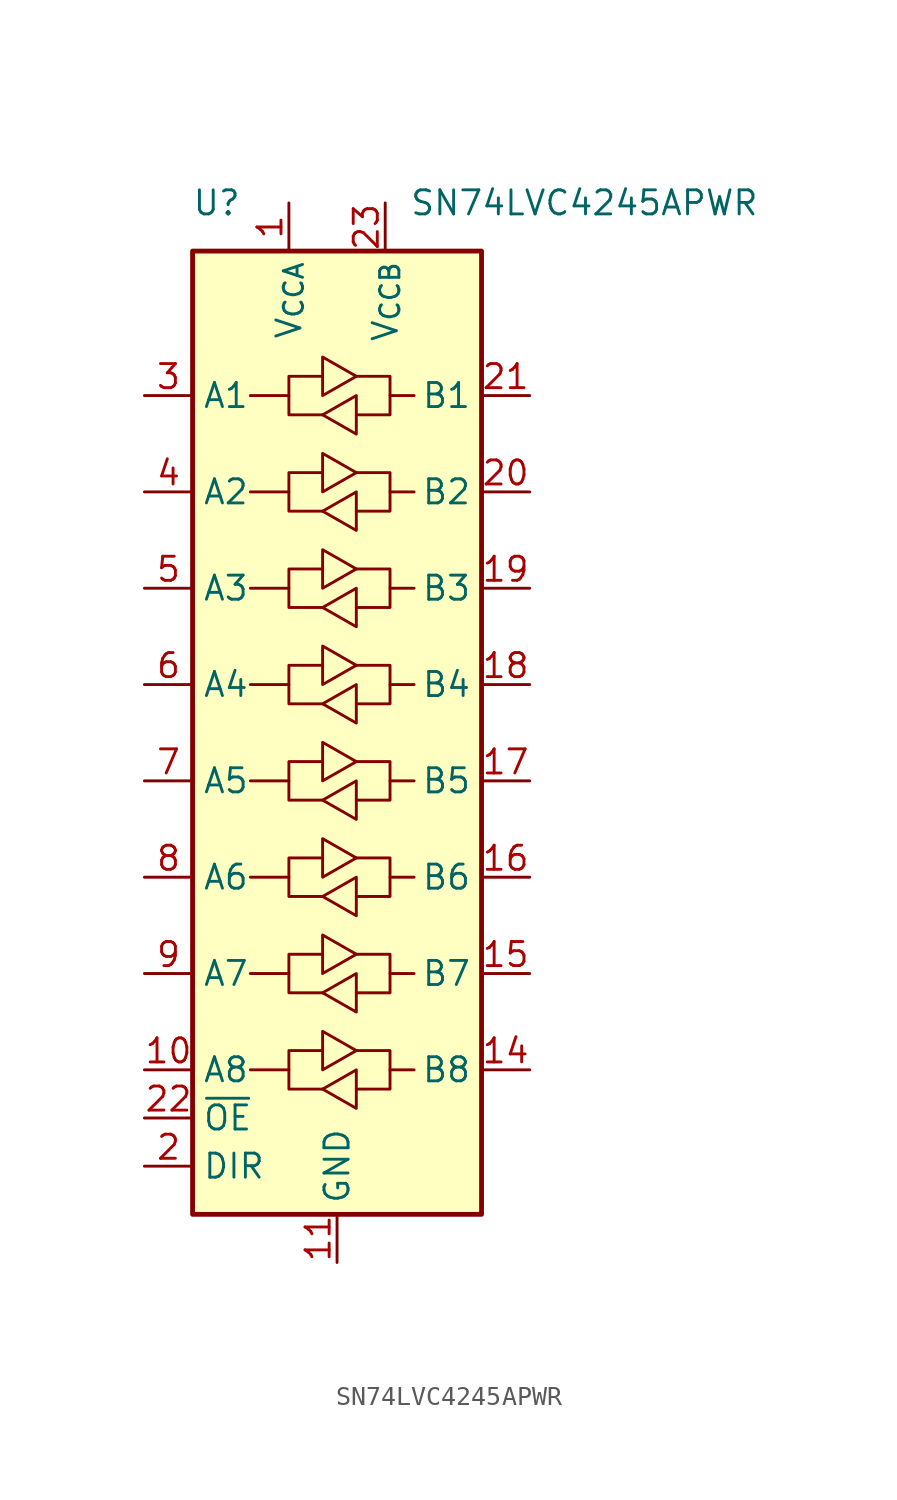
<source format=kicad_sym>
(kicad_symbol_lib
  (version 20241209)
  (generator "kicad_symbol_editor")
  (generator_version "9.0")
  (symbol "SN74LVC4245APWR"
    (property "Reference" "U"
      (at -6.35 27.94 0)
      (effects (font (size 1.27 1.27))))
    (property "Value" "SN74LVC4245APWR"
      (at 3.81 27.94 0)
      (effects (font (size 1.27 1.27)) (justify left)))
    (symbol "SN74LVC4245APWR_0_1"
      (rectangle (start -7.62 25.4) (end 7.62 -25.4) (stroke (width 0.254) (type default)) (fill (type background)))
      (polyline (pts (xy -2.54 17.78) (xy -2.54 18.796) (xy -0.762 18.796)) (stroke (width 0) (type default)) (fill (type none)))
      (polyline (pts (xy -2.54 7.62) (xy -2.54 8.636) (xy -0.762 8.636)) (stroke (width 0) (type default)) (fill (type none)))
      (polyline (pts (xy -2.54 -2.54) (xy -2.54 -1.524) (xy -0.762 -1.524)) (stroke (width 0) (type default)) (fill (type none)))
      (polyline (pts (xy -2.54 -12.7) (xy -2.54 -11.684) (xy -0.762 -11.684)) (stroke (width 0) (type default)) (fill (type none)))
      (polyline (pts (xy -0.762 17.78) (xy -0.762 19.812) (xy 1.016 18.796) (xy -0.762 17.78)) (stroke (width 0) (type default)) (fill (type none)))
      (polyline (pts (xy -0.762 16.764) (xy -2.54 16.764) (xy -2.54 17.78) (xy -4.572 17.78)) (stroke (width 0) (type default)) (fill (type none)))
      (polyline (pts (xy -0.762 7.62) (xy -0.762 9.652) (xy 1.016 8.636) (xy -0.762 7.62)) (stroke (width 0) (type default)) (fill (type none)))
      (polyline (pts (xy -0.762 6.604) (xy -2.54 6.604) (xy -2.54 7.62) (xy -4.572 7.62)) (stroke (width 0) (type default)) (fill (type none)))
      (polyline (pts (xy -0.762 -2.54) (xy -0.762 -0.508) (xy 1.016 -1.524) (xy -0.762 -2.54)) (stroke (width 0) (type default)) (fill (type none)))
      (polyline (pts (xy -0.762 -3.556) (xy -2.54 -3.556) (xy -2.54 -2.54) (xy -4.572 -2.54)) (stroke (width 0) (type default)) (fill (type none)))
      (polyline (pts (xy -0.762 -12.7) (xy -0.762 -10.668) (xy 1.016 -11.684) (xy -0.762 -12.7)) (stroke (width 0) (type default)) (fill (type none)))
      (polyline (pts (xy -0.762 -13.716) (xy -2.54 -13.716) (xy -2.54 -12.7) (xy -4.572 -12.7)) (stroke (width 0) (type default)) (fill (type none)))
      (polyline (pts (xy 1.016 18.796) (xy 2.794 18.796) (xy 2.794 17.78) (xy 4.064 17.78)) (stroke (width 0) (type default)) (fill (type none)))
      (polyline (pts (xy 1.016 17.78) (xy 1.016 16.002) (xy 1.016 15.748) (xy -0.762 16.764) (xy 1.016 17.78)) (stroke (width 0) (type default)) (fill (type none)))
      (polyline (pts (xy 1.016 8.636) (xy 2.794 8.636) (xy 2.794 7.62) (xy 4.064 7.62)) (stroke (width 0) (type default)) (fill (type none)))
      (polyline (pts (xy 1.016 7.62) (xy 1.016 5.842) (xy 1.016 5.588) (xy -0.762 6.604) (xy 1.016 7.62)) (stroke (width 0) (type default)) (fill (type none)))
      (polyline (pts (xy 1.016 2.54) (xy 1.016 0.762) (xy 1.016 0.508) (xy -0.762 1.524) (xy 1.016 2.54)) (stroke (width 0) (type default)) (fill (type none)))
      (polyline (pts (xy 1.016 -1.524) (xy 2.794 -1.524) (xy 2.794 -2.54) (xy 4.064 -2.54)) (stroke (width 0) (type default)) (fill (type none)))
      (polyline (pts (xy 1.016 -2.54) (xy 1.016 -4.318) (xy 1.016 -4.572) (xy -0.762 -3.556) (xy 1.016 -2.54)) (stroke (width 0) (type default)) (fill (type none)))
      (polyline (pts (xy 1.016 -11.684) (xy 2.794 -11.684) (xy 2.794 -12.7) (xy 4.064 -12.7)) (stroke (width 0) (type default)) (fill (type none)))
      (polyline (pts (xy 1.016 -12.7) (xy 1.016 -14.478) (xy 1.016 -14.732) (xy -0.762 -13.716) (xy 1.016 -12.7)) (stroke (width 0) (type default)) (fill (type none)))
      (polyline (pts (xy 1.016 -17.78) (xy 1.016 -19.558) (xy 1.016 -19.812) (xy -0.762 -18.796) (xy 1.016 -17.78)) (stroke (width 0) (type default)) (fill (type none)))
      (polyline (pts (xy 2.794 17.78) (xy 2.794 16.764) (xy 1.016 16.764)) (stroke (width 0) (type default)) (fill (type none)))
      (polyline (pts (xy 2.794 7.62) (xy 2.794 6.604) (xy 1.016 6.604)) (stroke (width 0) (type default)) (fill (type none)))
      (polyline (pts (xy 2.794 -2.54) (xy 2.794 -3.556) (xy 1.016 -3.556)) (stroke (width 0) (type default)) (fill (type none)))
      (polyline (pts (xy 2.794 -12.7) (xy 2.794 -13.716) (xy 1.016 -13.716)) (stroke (width 0) (type default)) (fill (type none))))
    (symbol "SN74LVC4245APWR_1_1"
      (polyline (pts (xy -2.54 12.7) (xy -2.54 13.716) (xy -0.762 13.716)) (stroke (width 0) (type default)) (fill (type none)))
      (polyline (pts (xy -2.54 2.54) (xy -2.54 3.556) (xy -0.762 3.556)) (stroke (width 0) (type default)) (fill (type none)))
      (polyline (pts (xy -2.54 -7.62) (xy -2.54 -6.604) (xy -0.762 -6.604)) (stroke (width 0) (type default)) (fill (type none)))
      (polyline (pts (xy -2.54 -17.78) (xy -2.54 -16.764) (xy -0.762 -16.764)) (stroke (width 0) (type default)) (fill (type none)))
      (polyline (pts (xy -0.762 12.7) (xy -0.762 14.732) (xy 1.016 13.716) (xy -0.762 12.7)) (stroke (width 0) (type default)) (fill (type none)))
      (polyline (pts (xy -0.762 11.684) (xy -2.54 11.684) (xy -2.54 12.7) (xy -4.572 12.7)) (stroke (width 0) (type default)) (fill (type none)))
      (polyline (pts (xy -0.762 2.54) (xy -0.762 4.572) (xy 1.016 3.556) (xy -0.762 2.54)) (stroke (width 0) (type default)) (fill (type none)))
      (polyline (pts (xy -0.762 1.524) (xy -2.54 1.524) (xy -2.54 2.54) (xy -4.572 2.54)) (stroke (width 0) (type default)) (fill (type none)))
      (polyline (pts (xy -0.762 -7.62) (xy -0.762 -5.588) (xy 1.016 -6.604) (xy -0.762 -7.62)) (stroke (width 0) (type default)) (fill (type none)))
      (polyline (pts (xy -0.762 -8.636) (xy -2.54 -8.636) (xy -2.54 -7.62) (xy -4.572 -7.62)) (stroke (width 0) (type default)) (fill (type none)))
      (polyline (pts (xy -0.762 -17.78) (xy -0.762 -15.748) (xy 1.016 -16.764) (xy -0.762 -17.78)) (stroke (width 0) (type default)) (fill (type none)))
      (polyline (pts (xy -0.762 -18.796) (xy -2.54 -18.796) (xy -2.54 -17.78) (xy -4.572 -17.78)) (stroke (width 0) (type default)) (fill (type none)))
      (polyline (pts (xy 1.016 13.716) (xy 2.794 13.716) (xy 2.794 12.7) (xy 4.064 12.7)) (stroke (width 0) (type default)) (fill (type none)))
      (polyline (pts (xy 1.016 12.7) (xy 1.016 10.922) (xy 1.016 10.668) (xy -0.762 11.684) (xy 1.016 12.7)) (stroke (width 0) (type default)) (fill (type none)))
      (polyline (pts (xy 1.016 3.556) (xy 2.794 3.556) (xy 2.794 2.54) (xy 4.064 2.54)) (stroke (width 0) (type default)) (fill (type none)))
      (polyline (pts (xy 1.016 -6.604) (xy 2.794 -6.604) (xy 2.794 -7.62) (xy 4.064 -7.62)) (stroke (width 0) (type default)) (fill (type none)))
      (polyline (pts (xy 1.016 -7.62) (xy 1.016 -9.398) (xy 1.016 -9.652) (xy -0.762 -8.636) (xy 1.016 -7.62)) (stroke (width 0) (type default)) (fill (type none)))
      (polyline (pts (xy 1.016 -16.764) (xy 2.794 -16.764) (xy 2.794 -17.78) (xy 4.064 -17.78)) (stroke (width 0) (type default)) (fill (type none)))
      (polyline (pts (xy 2.794 12.7) (xy 2.794 11.684) (xy 1.016 11.684)) (stroke (width 0) (type default)) (fill (type none)))
      (polyline (pts (xy 2.794 2.54) (xy 2.794 1.524) (xy 1.016 1.524)) (stroke (width 0) (type default)) (fill (type none)))
      (polyline (pts (xy 2.794 -7.62) (xy 2.794 -8.636) (xy 1.016 -8.636)) (stroke (width 0) (type default)) (fill (type none)))
      (polyline (pts (xy 2.794 -17.78) (xy 2.794 -18.796) (xy 1.016 -18.796)) (stroke (width 0) (type default)) (fill (type none)))
      (pin bidirectional line (at -10.16 17.78 0) (length 2.54) (name "A1" (effects (font (size 1.27 1.27)))) (number "3" (effects (font (size 1.27 1.27)))))
      (pin bidirectional line (at -10.16 12.7 0) (length 2.54) (name "A2" (effects (font (size 1.27 1.27)))) (number "4" (effects (font (size 1.27 1.27)))))
      (pin bidirectional line (at -10.16 7.62 0) (length 2.54) (name "A3" (effects (font (size 1.27 1.27)))) (number "5" (effects (font (size 1.27 1.27)))))
      (pin bidirectional line (at -10.16 2.54 0) (length 2.54) (name "A4" (effects (font (size 1.27 1.27)))) (number "6" (effects (font (size 1.27 1.27)))))
      (pin bidirectional line (at -10.16 -2.54 0) (length 2.54) (name "A5" (effects (font (size 1.27 1.27)))) (number "7" (effects (font (size 1.27 1.27)))))
      (pin bidirectional line (at -10.16 -7.62 0) (length 2.54) (name "A6" (effects (font (size 1.27 1.27)))) (number "8" (effects (font (size 1.27 1.27)))))
      (pin bidirectional line (at -10.16 -12.7 0) (length 2.54) (name "A7" (effects (font (size 1.27 1.27)))) (number "9" (effects (font (size 1.27 1.27)))))
      (pin bidirectional line (at -10.16 -17.78 0) (length 2.54) (name "A8" (effects (font (size 1.27 1.27)))) (number "10" (effects (font (size 1.27 1.27)))))
      (pin input line (at -10.16 -20.32 0) (length 2.54) (name "~{OE}" (effects (font (size 1.27 1.27)))) (number "22" (effects (font (size 1.27 1.27)))))
      (pin input line (at -10.16 -22.86 0) (length 2.54) (name "DIR" (effects (font (size 1.27 1.27)))) (number "2" (effects (font (size 1.27 1.27)))))
      (pin power_in line (at -2.54 27.94 270) (length 2.54) (name "V_{CCA}" (effects (font (size 1.27 1.27)))) (number "1" (effects (font (size 1.27 1.27)))))
      (pin power_in line (at 0 -27.94 90) (length 2.54) (name "GND" (effects (font (size 1.27 1.27)))) (number "11" (effects (font (size 1.27 1.27)))))
      (pin passive line (at 0 -27.94 90) (length 2.54) (hide yes) (name "GND" (effects (font (size 1.27 1.27)))) (number "12" (effects (font (size 1.27 1.27)))))
      (pin passive line (at 0 -27.94 90) (length 2.54) (hide yes) (name "GND" (effects (font (size 1.27 1.27)))) (number "13" (effects (font (size 1.27 1.27)))))
      (pin power_in line (at 2.54 27.94 270) (length 2.54) (name "V_{CCB}" (effects (font (size 1.27 1.27)))) (number "23" (effects (font (size 1.27 1.27)))))
      (pin passive line (at 2.54 27.94 270) (length 2.54) (hide yes) (name "V_{CCB}" (effects (font (size 1.27 1.27)))) (number "24" (effects (font (size 1.27 1.27)))))
      (pin bidirectional line (at 10.16 17.78 180) (length 2.54) (name "B1" (effects (font (size 1.27 1.27)))) (number "21" (effects (font (size 1.27 1.27)))))
      (pin bidirectional line (at 10.16 12.7 180) (length 2.54) (name "B2" (effects (font (size 1.27 1.27)))) (number "20" (effects (font (size 1.27 1.27)))))
      (pin bidirectional line (at 10.16 7.62 180) (length 2.54) (name "B3" (effects (font (size 1.27 1.27)))) (number "19" (effects (font (size 1.27 1.27)))))
      (pin bidirectional line (at 10.16 2.54 180) (length 2.54) (name "B4" (effects (font (size 1.27 1.27)))) (number "18" (effects (font (size 1.27 1.27)))))
      (pin bidirectional line (at 10.16 -2.54 180) (length 2.54) (name "B5" (effects (font (size 1.27 1.27)))) (number "17" (effects (font (size 1.27 1.27)))))
      (pin bidirectional line (at 10.16 -7.62 180) (length 2.54) (name "B6" (effects (font (size 1.27 1.27)))) (number "16" (effects (font (size 1.27 1.27)))))
      (pin bidirectional line (at 10.16 -12.7 180) (length 2.54) (name "B7" (effects (font (size 1.27 1.27)))) (number "15" (effects (font (size 1.27 1.27)))))
      (pin bidirectional line (at 10.16 -17.78 180) (length 2.54) (name "B8" (effects (font (size 1.27 1.27)))) (number "14" (effects (font (size 1.27 1.27))))))))
</source>
